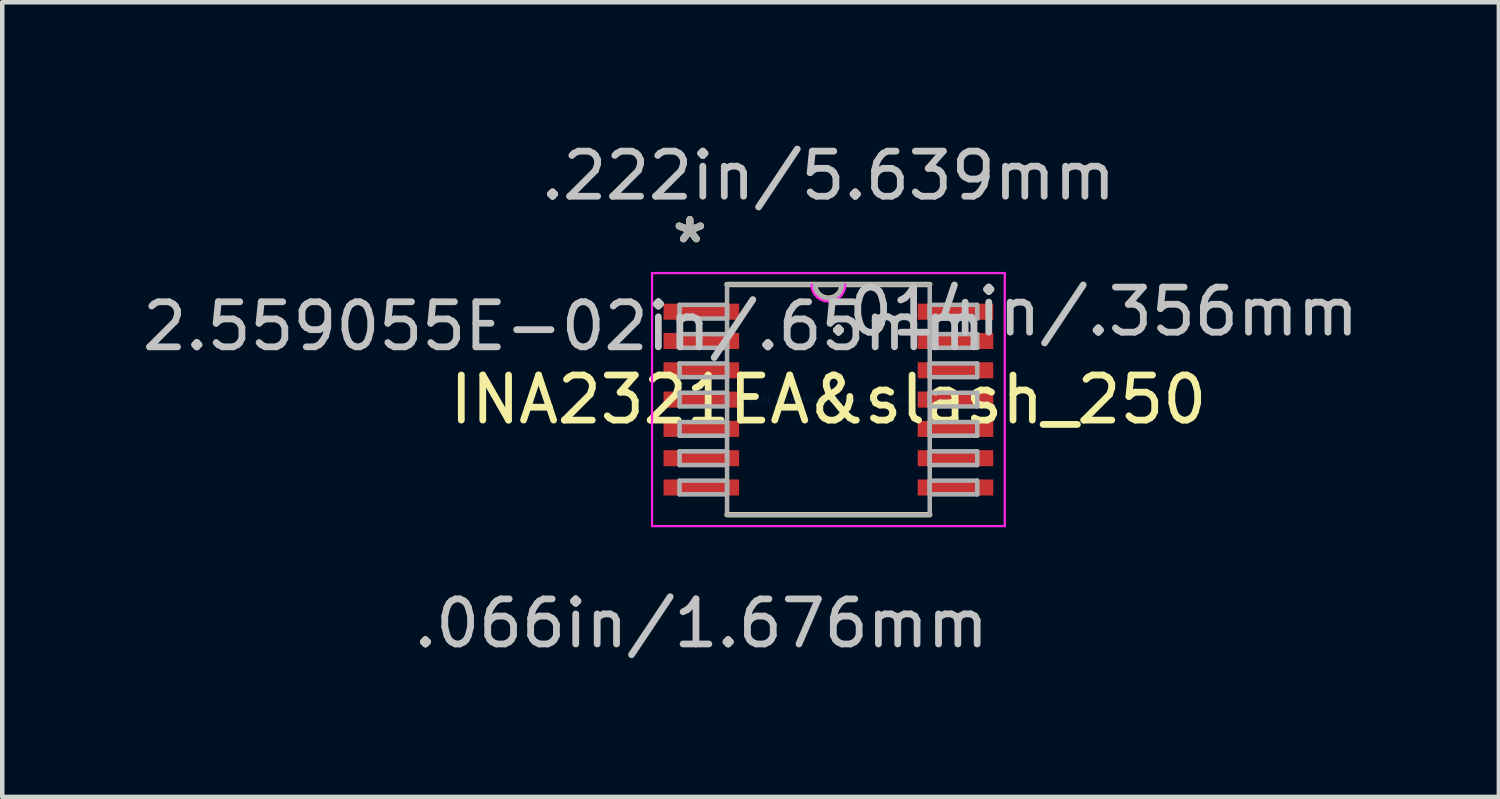
<source format=kicad_pcb>
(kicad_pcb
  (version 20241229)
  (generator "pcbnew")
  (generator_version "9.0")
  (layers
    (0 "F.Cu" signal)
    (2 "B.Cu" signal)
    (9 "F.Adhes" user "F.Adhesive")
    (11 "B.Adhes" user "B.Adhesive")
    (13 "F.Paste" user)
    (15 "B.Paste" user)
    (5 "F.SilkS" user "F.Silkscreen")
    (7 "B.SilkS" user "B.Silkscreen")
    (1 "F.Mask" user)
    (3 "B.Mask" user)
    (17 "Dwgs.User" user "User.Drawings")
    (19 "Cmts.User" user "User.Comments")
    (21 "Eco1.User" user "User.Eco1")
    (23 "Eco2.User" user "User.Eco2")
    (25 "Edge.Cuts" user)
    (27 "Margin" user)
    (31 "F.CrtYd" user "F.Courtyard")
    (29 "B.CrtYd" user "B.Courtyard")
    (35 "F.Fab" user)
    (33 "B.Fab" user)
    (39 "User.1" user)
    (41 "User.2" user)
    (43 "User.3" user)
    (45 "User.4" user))
  (footprint "INA2321EA&slash_250"
    (layer "F.Cu")
    (at 15.326 5.814)
    (property "Reference" "INA2321EA&slash_250" (at 0 0 0) (layer "F.SilkS") (effects (font (size 1 1) (thickness 0.15))))
    (attr through_hole)
    (fp_line (start -2.248 2.553) (end 2.248 2.553) (stroke (width 0.12) (type solid)) (layer "F.SilkS"))
    (fp_line (start 2.248 -2.553) (end -2.248 -2.553) (stroke (width 0.12) (type solid)) (layer "F.SilkS"))
    (fp_arc (start 0.3048 -2.5527) (mid 0 -2.2479) (end -0.3048 -2.5527) (stroke (width 0.12) (type solid)) (layer "F.SilkS"))
    (fp_line (start -3.912 -2.807) (end 3.912 -2.807) (stroke (width 0.05) (type solid)) (layer "F.CrtYd"))
    (fp_line (start -3.912 2.807) (end -3.912 -2.807) (stroke (width 0.05) (type solid)) (layer "F.CrtYd"))
    (fp_line (start 3.912 -2.807) (end 3.912 2.807) (stroke (width 0.05) (type solid)) (layer "F.CrtYd"))
    (fp_line (start 3.912 2.807) (end -3.912 2.807) (stroke (width 0.05) (type solid)) (layer "F.CrtYd"))
    (fp_arc (start 0.37465 -2.5527) (mid 0 -2.17805) (end -0.37465 -2.5527) (stroke (width 0.05) (type solid)) (layer "F.CrtYd"))
    (fp_line (start -3.302 -2.102) (end -3.302 -1.798) (stroke (width 0.1) (type solid)) (layer "F.Fab"))
    (fp_line (start -3.302 -1.798) (end -2.248 -1.798) (stroke (width 0.1) (type solid)) (layer "F.Fab"))
    (fp_line (start -3.302 -1.452) (end -3.302 -1.148) (stroke (width 0.1) (type solid)) (layer "F.Fab"))
    (fp_line (start -3.302 -1.148) (end -2.248 -1.148) (stroke (width 0.1) (type solid)) (layer "F.Fab"))
    (fp_line (start -3.302 -0.802) (end -3.302 -0.498) (stroke (width 0.1) (type solid)) (layer "F.Fab"))
    (fp_line (start -3.302 -0.498) (end -2.248 -0.498) (stroke (width 0.1) (type solid)) (layer "F.Fab"))
    (fp_line (start -3.302 -0.152) (end -3.302 0.152) (stroke (width 0.1) (type solid)) (layer "F.Fab"))
    (fp_line (start -3.302 0.152) (end -2.248 0.152) (stroke (width 0.1) (type solid)) (layer "F.Fab"))
    (fp_line (start -3.302 0.498) (end -3.302 0.802) (stroke (width 0.1) (type solid)) (layer "F.Fab"))
    (fp_line (start -3.302 0.802) (end -2.248 0.802) (stroke (width 0.1) (type solid)) (layer "F.Fab"))
    (fp_line (start -3.302 1.148) (end -3.302 1.452) (stroke (width 0.1) (type solid)) (layer "F.Fab"))
    (fp_line (start -3.302 1.452) (end -2.248 1.452) (stroke (width 0.1) (type solid)) (layer "F.Fab"))
    (fp_line (start -3.302 1.798) (end -3.302 2.102) (stroke (width 0.1) (type solid)) (layer "F.Fab"))
    (fp_line (start -3.302 2.102) (end -2.248 2.102) (stroke (width 0.1) (type solid)) (layer "F.Fab"))
    (fp_line (start -2.248 -2.553) (end -2.248 2.553) (stroke (width 0.1) (type solid)) (layer "F.Fab"))
    (fp_line (start -2.248 -2.102) (end -3.302 -2.102) (stroke (width 0.1) (type solid)) (layer "F.Fab"))
    (fp_line (start -2.248 -1.798) (end -2.248 -2.102) (stroke (width 0.1) (type solid)) (layer "F.Fab"))
    (fp_line (start -2.248 -1.452) (end -3.302 -1.452) (stroke (width 0.1) (type solid)) (layer "F.Fab"))
    (fp_line (start -2.248 -1.148) (end -2.248 -1.452) (stroke (width 0.1) (type solid)) (layer "F.Fab"))
    (fp_line (start -2.248 -0.802) (end -3.302 -0.802) (stroke (width 0.1) (type solid)) (layer "F.Fab"))
    (fp_line (start -2.248 -0.498) (end -2.248 -0.802) (stroke (width 0.1) (type solid)) (layer "F.Fab"))
    (fp_line (start -2.248 -0.152) (end -3.302 -0.152) (stroke (width 0.1) (type solid)) (layer "F.Fab"))
    (fp_line (start -2.248 0.152) (end -2.248 -0.152) (stroke (width 0.1) (type solid)) (layer "F.Fab"))
    (fp_line (start -2.248 0.498) (end -3.302 0.498) (stroke (width 0.1) (type solid)) (layer "F.Fab"))
    (fp_line (start -2.248 0.802) (end -2.248 0.498) (stroke (width 0.1) (type solid)) (layer "F.Fab"))
    (fp_line (start -2.248 1.148) (end -3.302 1.148) (stroke (width 0.1) (type solid)) (layer "F.Fab"))
    (fp_line (start -2.248 1.452) (end -2.248 1.148) (stroke (width 0.1) (type solid)) (layer "F.Fab"))
    (fp_line (start -2.248 1.798) (end -3.302 1.798) (stroke (width 0.1) (type solid)) (layer "F.Fab"))
    (fp_line (start -2.248 2.102) (end -2.248 1.798) (stroke (width 0.1) (type solid)) (layer "F.Fab"))
    (fp_line (start -2.248 2.553) (end 2.248 2.553) (stroke (width 0.1) (type solid)) (layer "F.Fab"))
    (fp_line (start 2.248 -2.553) (end -2.248 -2.553) (stroke (width 0.1) (type solid)) (layer "F.Fab"))
    (fp_line (start 2.248 -2.102) (end 2.248 -1.798) (stroke (width 0.1) (type solid)) (layer "F.Fab"))
    (fp_line (start 2.248 -1.798) (end 3.302 -1.798) (stroke (width 0.1) (type solid)) (layer "F.Fab"))
    (fp_line (start 2.248 -1.452) (end 2.248 -1.148) (stroke (width 0.1) (type solid)) (layer "F.Fab"))
    (fp_line (start 2.248 -1.148) (end 3.302 -1.148) (stroke (width 0.1) (type solid)) (layer "F.Fab"))
    (fp_line (start 2.248 -0.802) (end 2.248 -0.498) (stroke (width 0.1) (type solid)) (layer "F.Fab"))
    (fp_line (start 2.248 -0.498) (end 3.302 -0.498) (stroke (width 0.1) (type solid)) (layer "F.Fab"))
    (fp_line (start 2.248 -0.152) (end 2.248 0.152) (stroke (width 0.1) (type solid)) (layer "F.Fab"))
    (fp_line (start 2.248 0.152) (end 3.302 0.152) (stroke (width 0.1) (type solid)) (layer "F.Fab"))
    (fp_line (start 2.248 0.498) (end 2.248 0.802) (stroke (width 0.1) (type solid)) (layer "F.Fab"))
    (fp_line (start 2.248 0.802) (end 3.302 0.802) (stroke (width 0.1) (type solid)) (layer "F.Fab"))
    (fp_line (start 2.248 1.148) (end 2.248 1.452) (stroke (width 0.1) (type solid)) (layer "F.Fab"))
    (fp_line (start 2.248 1.452) (end 3.302 1.452) (stroke (width 0.1) (type solid)) (layer "F.Fab"))
    (fp_line (start 2.248 1.798) (end 2.248 2.102) (stroke (width 0.1) (type solid)) (layer "F.Fab"))
    (fp_line (start 2.248 2.102) (end 3.302 2.102) (stroke (width 0.1) (type solid)) (layer "F.Fab"))
    (fp_line (start 2.248 2.553) (end 2.248 -2.553) (stroke (width 0.1) (type solid)) (layer "F.Fab"))
    (fp_line (start 3.302 -2.102) (end 2.248 -2.102) (stroke (width 0.1) (type solid)) (layer "F.Fab"))
    (fp_line (start 3.302 -1.798) (end 3.302 -2.102) (stroke (width 0.1) (type solid)) (layer "F.Fab"))
    (fp_line (start 3.302 -1.452) (end 2.248 -1.452) (stroke (width 0.1) (type solid)) (layer "F.Fab"))
    (fp_line (start 3.302 -1.148) (end 3.302 -1.452) (stroke (width 0.1) (type solid)) (layer "F.Fab"))
    (fp_line (start 3.302 -0.802) (end 2.248 -0.802) (stroke (width 0.1) (type solid)) (layer "F.Fab"))
    (fp_line (start 3.302 -0.498) (end 3.302 -0.802) (stroke (width 0.1) (type solid)) (layer "F.Fab"))
    (fp_line (start 3.302 -0.152) (end 2.248 -0.152) (stroke (width 0.1) (type solid)) (layer "F.Fab"))
    (fp_line (start 3.302 0.152) (end 3.302 -0.152) (stroke (width 0.1) (type solid)) (layer "F.Fab"))
    (fp_line (start 3.302 0.498) (end 2.248 0.498) (stroke (width 0.1) (type solid)) (layer "F.Fab"))
    (fp_line (start 3.302 0.802) (end 3.302 0.498) (stroke (width 0.1) (type solid)) (layer "F.Fab"))
    (fp_line (start 3.302 1.148) (end 2.248 1.148) (stroke (width 0.1) (type solid)) (layer "F.Fab"))
    (fp_line (start 3.302 1.452) (end 3.302 1.148) (stroke (width 0.1) (type solid)) (layer "F.Fab"))
    (fp_line (start 3.302 1.798) (end 2.248 1.798) (stroke (width 0.1) (type solid)) (layer "F.Fab"))
    (fp_line (start 3.302 2.102) (end 3.302 1.798) (stroke (width 0.1) (type solid)) (layer "F.Fab"))
    (fp_arc (start 0.3048 -2.5527) (mid 0 -2.2479) (end -0.3048 -2.5527) (stroke (width 0.1) (type solid)) (layer "F.Fab"))
    (fp_text user "*" (at -3.073 -3.449 0) (layer "F.SilkS") (effects (font (size 1 1) (thickness 0.15))))
    (fp_text user "*" (at -3.073 -3.449 0) (layer "F.SilkS") (effects (font (size 1 1) (thickness 0.15))))
    (fp_text user ".222in/5.639mm" (at 0 -4.966 0) (layer "Dwgs.User") (effects (font (size 1 1) (thickness 0.15))))
    (fp_text user ".066in/1.676mm" (at -2.819 4.966 0) (layer "Dwgs.User") (effects (font (size 1 1) (thickness 0.15))))
    (fp_text user "2.559055E-02in/.65mm" (at -5.867 -1.625 0) (layer "Dwgs.User") (effects (font (size 1 1) (thickness 0.15))))
    (fp_text user ".014in/.356mm" (at 5.867 -1.95 0) (layer "Dwgs.User") (effects (font (size 1 1) (thickness 0.15))))
    (fp_text user "Copyright 2021 Accelerated Designs. All rights reserved." (at 0 0 0) (layer "Cmts.User") (effects (font (size 0.127 0.127) (thickness 0.002))))
    (fp_text user "*" (at -3.073 -3.449 0) (layer "F.Fab") (effects (font (size 1 1) (thickness 0.15))))
    (fp_text user "*" (at -3.073 -3.449 0) (layer "F.Fab") (effects (font (size 1 1) (thickness 0.15))))
    (pad "1" smd rect (at -2.819 -1.95) (size 1.676 0.356) (layers "F.Cu" "F.Mask" "F.Paste"))
    (pad "2" smd rect (at -2.819 -1.3) (size 1.676 0.356) (layers "F.Cu" "F.Mask" "F.Paste"))
    (pad "3" smd rect (at -2.819 -0.65) (size 1.676 0.356) (layers "F.Cu" "F.Mask" "F.Paste"))
    (pad "4" smd rect (at -2.819 0) (size 1.676 0.356) (layers "F.Cu" "F.Mask" "F.Paste"))
    (pad "5" smd rect (at -2.819 0.65) (size 1.676 0.356) (layers "F.Cu" "F.Mask" "F.Paste"))
    (pad "6" smd rect (at -2.819 1.3) (size 1.676 0.356) (layers "F.Cu" "F.Mask" "F.Paste"))
    (pad "7" smd rect (at -2.819 1.95) (size 1.676 0.356) (layers "F.Cu" "F.Mask" "F.Paste"))
    (pad "8" smd rect (at 2.819 1.95) (size 1.676 0.356) (layers "F.Cu" "F.Mask" "F.Paste"))
    (pad "9" smd rect (at 2.819 1.3) (size 1.676 0.356) (layers "F.Cu" "F.Mask" "F.Paste"))
    (pad "10" smd rect (at 2.819 0.65) (size 1.676 0.356) (layers "F.Cu" "F.Mask" "F.Paste"))
    (pad "11" smd rect (at 2.819 0) (size 1.676 0.356) (layers "F.Cu" "F.Mask" "F.Paste"))
    (pad "12" smd rect (at 2.819 -0.65) (size 1.676 0.356) (layers "F.Cu" "F.Mask" "F.Paste"))
    (pad "13" smd rect (at 2.819 -1.3) (size 1.676 0.356) (layers "F.Cu" "F.Mask" "F.Paste"))
    (pad "14" smd rect (at 2.819 -1.95) (size 1.676 0.356) (layers "F.Cu" "F.Mask" "F.Paste")))
  (gr_rect
    (start -3 -3)
    (end 30.199 14.628)
    (stroke (width 0.1) (type default))
    (fill no)
    (layer "Edge.Cuts")))
</source>
